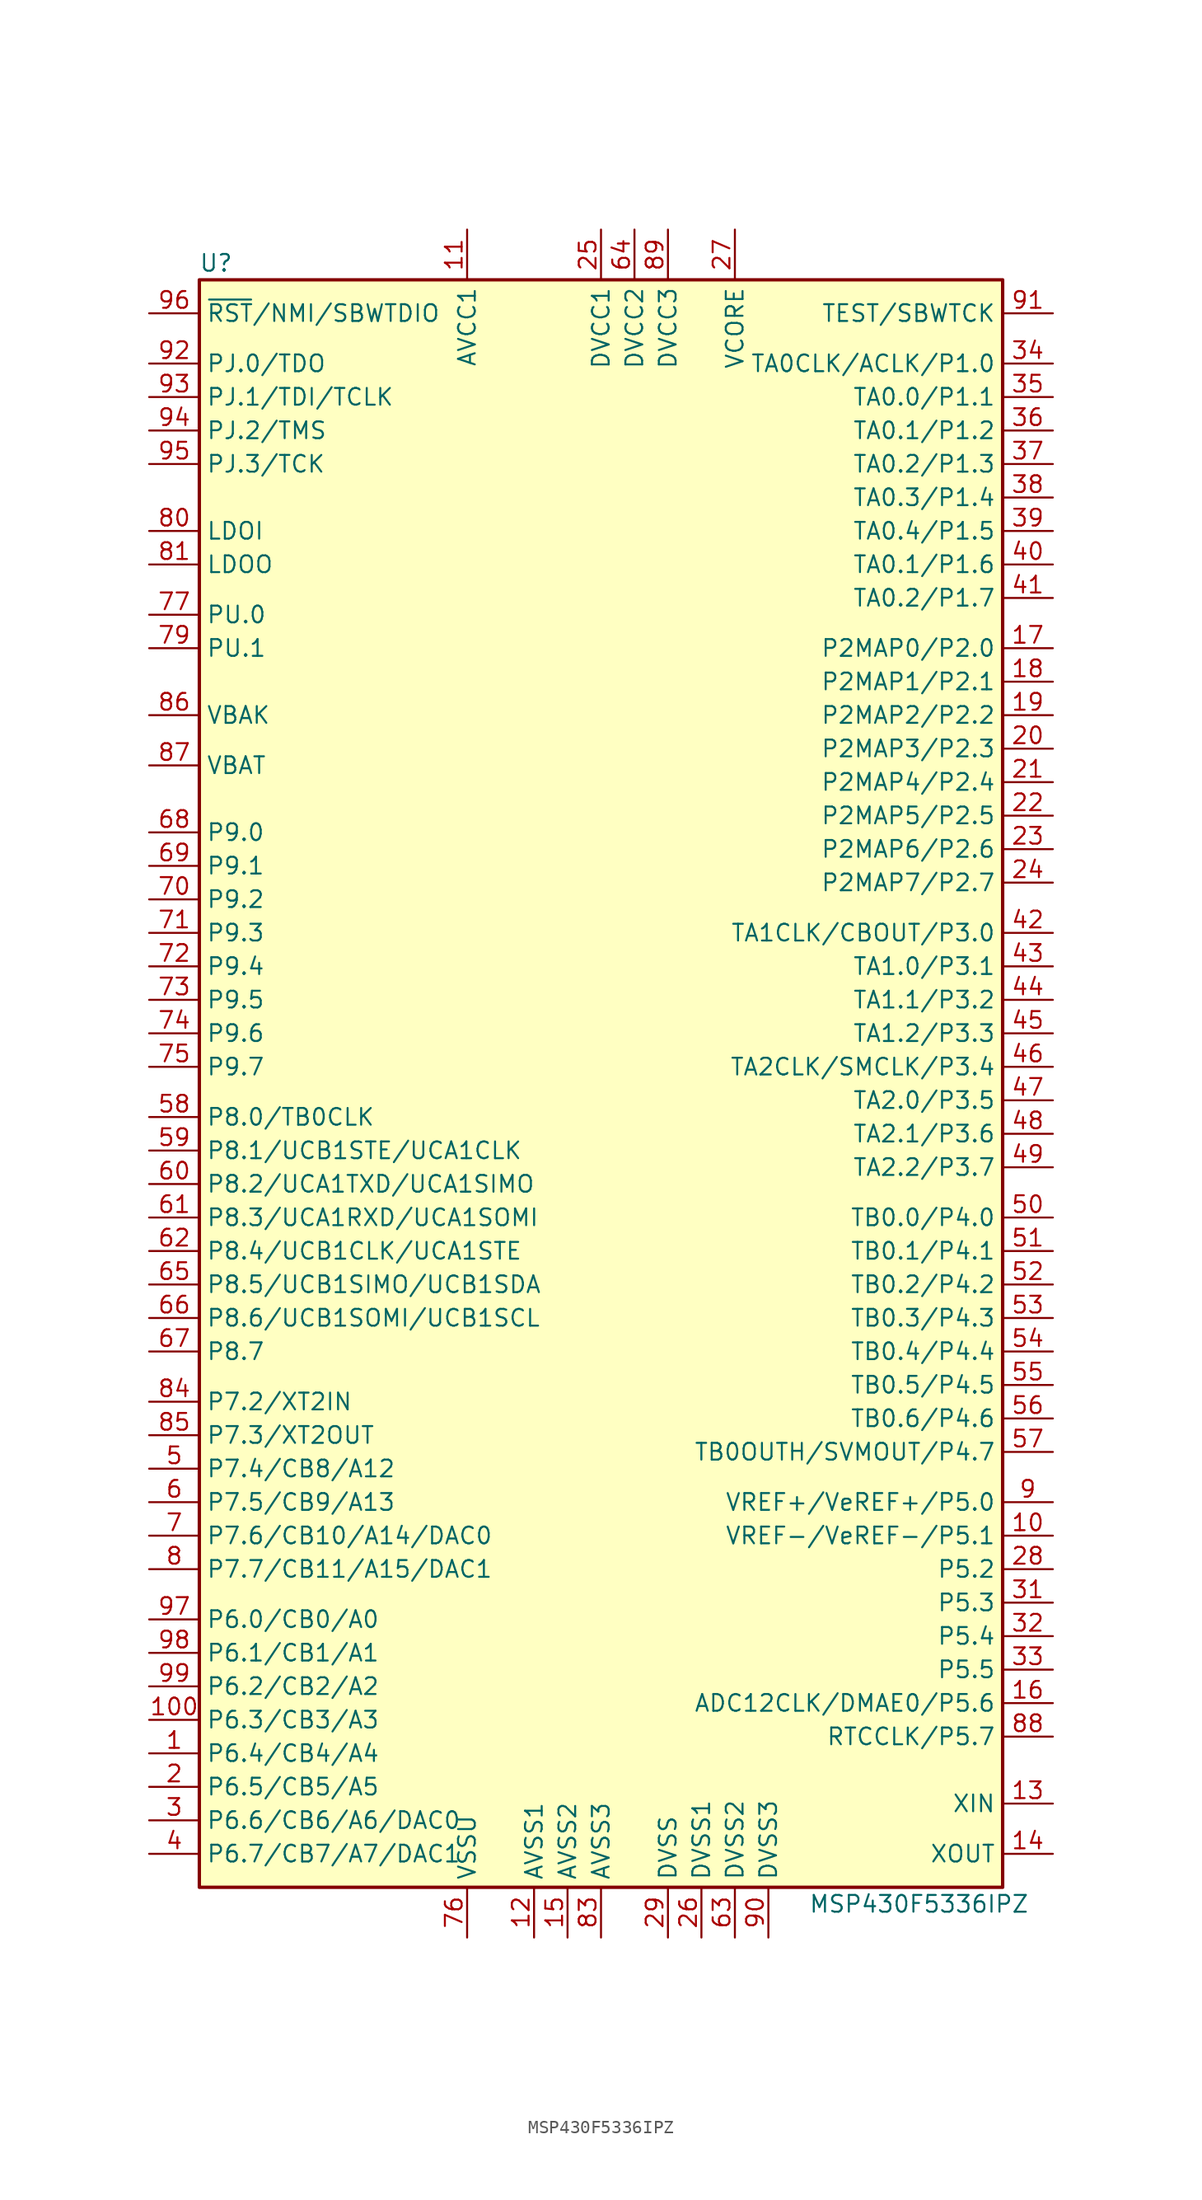
<source format=kicad_sym>
(kicad_symbol_lib
  (version 20201005)
  (generator kicad_symbol_editor)
  (symbol "MCU_Texas_MSP430:MSP430F5336IPZ"
    (property "Reference" "U"
      (at -29.21 60.96 0)
      (effects (font (size 1.27 1.27))))
    (property "Value" "MSP430F5336IPZ"
      (at 24.13 -63.5 0)
      (effects (font (size 1.27 1.27))))
    (symbol "MSP430F5336IPZ_0_1"
      (rectangle (start -30.48 59.69) (end 30.48 -62.23) (stroke (width 0.254)) (fill (type background))))
    (symbol "MSP430F5336IPZ_1_1"
      (pin bidirectional line (at -34.29 -52.07 0) (length 3.81) (name "P6.4/CB4/A4" (effects (font (size 1.27 1.27)))) (number "1" (effects (font (size 1.27 1.27)))))
      (pin bidirectional line (at 34.29 -35.56 180) (length 3.81) (name "VREF-/VeREF-/P5.1" (effects (font (size 1.27 1.27)))) (number "10" (effects (font (size 1.27 1.27)))))
      (pin bidirectional line (at -34.29 -49.53 0) (length 3.81) (name "P6.3/CB3/A3" (effects (font (size 1.27 1.27)))) (number "100" (effects (font (size 1.27 1.27)))))
      (pin power_in line (at -10.16 63.5 270) (length 3.81) (name "AVCC1" (effects (font (size 1.27 1.27)))) (number "11" (effects (font (size 1.27 1.27)))))
      (pin power_in line (at -5.08 -66.04 90) (length 3.81) (name "AVSS1" (effects (font (size 1.27 1.27)))) (number "12" (effects (font (size 1.27 1.27)))))
      (pin bidirectional line (at 34.29 -55.88 180) (length 3.81) (name "XIN" (effects (font (size 1.27 1.27)))) (number "13" (effects (font (size 1.27 1.27)))))
      (pin bidirectional line (at 34.29 -59.69 180) (length 3.81) (name "XOUT" (effects (font (size 1.27 1.27)))) (number "14" (effects (font (size 1.27 1.27)))))
      (pin power_in line (at -2.54 -66.04 90) (length 3.81) (name "AVSS2" (effects (font (size 1.27 1.27)))) (number "15" (effects (font (size 1.27 1.27)))))
      (pin bidirectional line (at 34.29 -48.26 180) (length 3.81) (name "ADC12CLK/DMAE0/P5.6" (effects (font (size 1.27 1.27)))) (number "16" (effects (font (size 1.27 1.27)))))
      (pin bidirectional line (at 34.29 31.75 180) (length 3.81) (name "P2MAP0/P2.0" (effects (font (size 1.27 1.27)))) (number "17" (effects (font (size 1.27 1.27)))))
      (pin bidirectional line (at 34.29 29.21 180) (length 3.81) (name "P2MAP1/P2.1" (effects (font (size 1.27 1.27)))) (number "18" (effects (font (size 1.27 1.27)))))
      (pin bidirectional line (at 34.29 26.67 180) (length 3.81) (name "P2MAP2/P2.2" (effects (font (size 1.27 1.27)))) (number "19" (effects (font (size 1.27 1.27)))))
      (pin bidirectional line (at -34.29 -54.61 0) (length 3.81) (name "P6.5/CB5/A5" (effects (font (size 1.27 1.27)))) (number "2" (effects (font (size 1.27 1.27)))))
      (pin bidirectional line (at 34.29 24.13 180) (length 3.81) (name "P2MAP3/P2.3" (effects (font (size 1.27 1.27)))) (number "20" (effects (font (size 1.27 1.27)))))
      (pin bidirectional line (at 34.29 21.59 180) (length 3.81) (name "P2MAP4/P2.4" (effects (font (size 1.27 1.27)))) (number "21" (effects (font (size 1.27 1.27)))))
      (pin bidirectional line (at 34.29 19.05 180) (length 3.81) (name "P2MAP5/P2.5" (effects (font (size 1.27 1.27)))) (number "22" (effects (font (size 1.27 1.27)))))
      (pin bidirectional line (at 34.29 16.51 180) (length 3.81) (name "P2MAP6/P2.6" (effects (font (size 1.27 1.27)))) (number "23" (effects (font (size 1.27 1.27)))))
      (pin bidirectional line (at 34.29 13.97 180) (length 3.81) (name "P2MAP7/P2.7" (effects (font (size 1.27 1.27)))) (number "24" (effects (font (size 1.27 1.27)))))
      (pin power_in line (at 0 63.5 270) (length 3.81) (name "DVCC1" (effects (font (size 1.27 1.27)))) (number "25" (effects (font (size 1.27 1.27)))))
      (pin power_in line (at 7.62 -66.04 90) (length 3.81) (name "DVSS1" (effects (font (size 1.27 1.27)))) (number "26" (effects (font (size 1.27 1.27)))))
      (pin bidirectional line (at 10.16 63.5 270) (length 3.81) (name "VCORE" (effects (font (size 1.27 1.27)))) (number "27" (effects (font (size 1.27 1.27)))))
      (pin bidirectional line (at 34.29 -38.1 180) (length 3.81) (name "P5.2" (effects (font (size 1.27 1.27)))) (number "28" (effects (font (size 1.27 1.27)))))
      (pin power_in line (at 5.08 -66.04 90) (length 3.81) (name "DVSS" (effects (font (size 1.27 1.27)))) (number "29" (effects (font (size 1.27 1.27)))))
      (pin bidirectional line (at -34.29 -57.15 0) (length 3.81) (name "P6.6/CB6/A6/DAC0" (effects (font (size 1.27 1.27)))) (number "3" (effects (font (size 1.27 1.27)))))
      (pin bidirectional line (at 34.29 -40.64 180) (length 3.81) (name "P5.3" (effects (font (size 1.27 1.27)))) (number "31" (effects (font (size 1.27 1.27)))))
      (pin bidirectional line (at 34.29 -43.18 180) (length 3.81) (name "P5.4" (effects (font (size 1.27 1.27)))) (number "32" (effects (font (size 1.27 1.27)))))
      (pin bidirectional line (at 34.29 -45.72 180) (length 3.81) (name "P5.5" (effects (font (size 1.27 1.27)))) (number "33" (effects (font (size 1.27 1.27)))))
      (pin bidirectional line (at 34.29 53.34 180) (length 3.81) (name "TA0CLK/ACLK/P1.0" (effects (font (size 1.27 1.27)))) (number "34" (effects (font (size 1.27 1.27)))))
      (pin bidirectional line (at 34.29 50.8 180) (length 3.81) (name "TA0.0/P1.1" (effects (font (size 1.27 1.27)))) (number "35" (effects (font (size 1.27 1.27)))))
      (pin bidirectional line (at 34.29 48.26 180) (length 3.81) (name "TA0.1/P1.2" (effects (font (size 1.27 1.27)))) (number "36" (effects (font (size 1.27 1.27)))))
      (pin bidirectional line (at 34.29 45.72 180) (length 3.81) (name "TA0.2/P1.3" (effects (font (size 1.27 1.27)))) (number "37" (effects (font (size 1.27 1.27)))))
      (pin bidirectional line (at 34.29 43.18 180) (length 3.81) (name "TA0.3/P1.4" (effects (font (size 1.27 1.27)))) (number "38" (effects (font (size 1.27 1.27)))))
      (pin bidirectional line (at 34.29 40.64 180) (length 3.81) (name "TA0.4/P1.5" (effects (font (size 1.27 1.27)))) (number "39" (effects (font (size 1.27 1.27)))))
      (pin bidirectional line (at -34.29 -59.69 0) (length 3.81) (name "P6.7/CB7/A7/DAC1" (effects (font (size 1.27 1.27)))) (number "4" (effects (font (size 1.27 1.27)))))
      (pin bidirectional line (at 34.29 38.1 180) (length 3.81) (name "TA0.1/P1.6" (effects (font (size 1.27 1.27)))) (number "40" (effects (font (size 1.27 1.27)))))
      (pin bidirectional line (at 34.29 35.56 180) (length 3.81) (name "TA0.2/P1.7" (effects (font (size 1.27 1.27)))) (number "41" (effects (font (size 1.27 1.27)))))
      (pin bidirectional line (at 34.29 10.16 180) (length 3.81) (name "TA1CLK/CBOUT/P3.0" (effects (font (size 1.27 1.27)))) (number "42" (effects (font (size 1.27 1.27)))))
      (pin bidirectional line (at 34.29 7.62 180) (length 3.81) (name "TA1.0/P3.1" (effects (font (size 1.27 1.27)))) (number "43" (effects (font (size 1.27 1.27)))))
      (pin bidirectional line (at 34.29 5.08 180) (length 3.81) (name "TA1.1/P3.2" (effects (font (size 1.27 1.27)))) (number "44" (effects (font (size 1.27 1.27)))))
      (pin bidirectional line (at 34.29 2.54 180) (length 3.81) (name "TA1.2/P3.3" (effects (font (size 1.27 1.27)))) (number "45" (effects (font (size 1.27 1.27)))))
      (pin bidirectional line (at 34.29 0 180) (length 3.81) (name "TA2CLK/SMCLK/P3.4" (effects (font (size 1.27 1.27)))) (number "46" (effects (font (size 1.27 1.27)))))
      (pin bidirectional line (at 34.29 -2.54 180) (length 3.81) (name "TA2.0/P3.5" (effects (font (size 1.27 1.27)))) (number "47" (effects (font (size 1.27 1.27)))))
      (pin bidirectional line (at 34.29 -5.08 180) (length 3.81) (name "TA2.1/P3.6" (effects (font (size 1.27 1.27)))) (number "48" (effects (font (size 1.27 1.27)))))
      (pin bidirectional line (at 34.29 -7.62 180) (length 3.81) (name "TA2.2/P3.7" (effects (font (size 1.27 1.27)))) (number "49" (effects (font (size 1.27 1.27)))))
      (pin bidirectional line (at -34.29 -30.48 0) (length 3.81) (name "P7.4/CB8/A12" (effects (font (size 1.27 1.27)))) (number "5" (effects (font (size 1.27 1.27)))))
      (pin bidirectional line (at 34.29 -11.43 180) (length 3.81) (name "TB0.0/P4.0" (effects (font (size 1.27 1.27)))) (number "50" (effects (font (size 1.27 1.27)))))
      (pin bidirectional line (at 34.29 -13.97 180) (length 3.81) (name "TB0.1/P4.1" (effects (font (size 1.27 1.27)))) (number "51" (effects (font (size 1.27 1.27)))))
      (pin bidirectional line (at 34.29 -16.51 180) (length 3.81) (name "TB0.2/P4.2" (effects (font (size 1.27 1.27)))) (number "52" (effects (font (size 1.27 1.27)))))
      (pin bidirectional line (at 34.29 -19.05 180) (length 3.81) (name "TB0.3/P4.3" (effects (font (size 1.27 1.27)))) (number "53" (effects (font (size 1.27 1.27)))))
      (pin bidirectional line (at 34.29 -21.59 180) (length 3.81) (name "TB0.4/P4.4" (effects (font (size 1.27 1.27)))) (number "54" (effects (font (size 1.27 1.27)))))
      (pin bidirectional line (at 34.29 -24.13 180) (length 3.81) (name "TB0.5/P4.5" (effects (font (size 1.27 1.27)))) (number "55" (effects (font (size 1.27 1.27)))))
      (pin bidirectional line (at 34.29 -26.67 180) (length 3.81) (name "TB0.6/P4.6" (effects (font (size 1.27 1.27)))) (number "56" (effects (font (size 1.27 1.27)))))
      (pin bidirectional line (at 34.29 -29.21 180) (length 3.81) (name "TB0OUTH/SVMOUT/P4.7" (effects (font (size 1.27 1.27)))) (number "57" (effects (font (size 1.27 1.27)))))
      (pin bidirectional line (at -34.29 -3.81 0) (length 3.81) (name "P8.0/TB0CLK" (effects (font (size 1.27 1.27)))) (number "58" (effects (font (size 1.27 1.27)))))
      (pin bidirectional line (at -34.29 -6.35 0) (length 3.81) (name "P8.1/UCB1STE/UCA1CLK" (effects (font (size 1.27 1.27)))) (number "59" (effects (font (size 1.27 1.27)))))
      (pin bidirectional line (at -34.29 -33.02 0) (length 3.81) (name "P7.5/CB9/A13" (effects (font (size 1.27 1.27)))) (number "6" (effects (font (size 1.27 1.27)))))
      (pin bidirectional line (at -34.29 -8.89 0) (length 3.81) (name "P8.2/UCA1TXD/UCA1SIMO" (effects (font (size 1.27 1.27)))) (number "60" (effects (font (size 1.27 1.27)))))
      (pin bidirectional line (at -34.29 -11.43 0) (length 3.81) (name "P8.3/UCA1RXD/UCA1SOMI" (effects (font (size 1.27 1.27)))) (number "61" (effects (font (size 1.27 1.27)))))
      (pin bidirectional line (at -34.29 -13.97 0) (length 3.81) (name "P8.4/UCB1CLK/UCA1STE" (effects (font (size 1.27 1.27)))) (number "62" (effects (font (size 1.27 1.27)))))
      (pin power_in line (at 10.16 -66.04 90) (length 3.81) (name "DVSS2" (effects (font (size 1.27 1.27)))) (number "63" (effects (font (size 1.27 1.27)))))
      (pin power_in line (at 2.54 63.5 270) (length 3.81) (name "DVCC2" (effects (font (size 1.27 1.27)))) (number "64" (effects (font (size 1.27 1.27)))))
      (pin bidirectional line (at -34.29 -16.51 0) (length 3.81) (name "P8.5/UCB1SIMO/UCB1SDA" (effects (font (size 1.27 1.27)))) (number "65" (effects (font (size 1.27 1.27)))))
      (pin bidirectional line (at -34.29 -19.05 0) (length 3.81) (name "P8.6/UCB1SOMI/UCB1SCL" (effects (font (size 1.27 1.27)))) (number "66" (effects (font (size 1.27 1.27)))))
      (pin bidirectional line (at -34.29 -21.59 0) (length 3.81) (name "P8.7" (effects (font (size 1.27 1.27)))) (number "67" (effects (font (size 1.27 1.27)))))
      (pin bidirectional line (at -34.29 17.78 0) (length 3.81) (name "P9.0" (effects (font (size 1.27 1.27)))) (number "68" (effects (font (size 1.27 1.27)))))
      (pin bidirectional line (at -34.29 15.24 0) (length 3.81) (name "P9.1" (effects (font (size 1.27 1.27)))) (number "69" (effects (font (size 1.27 1.27)))))
      (pin bidirectional line (at -34.29 -35.56 0) (length 3.81) (name "P7.6/CB10/A14/DAC0" (effects (font (size 1.27 1.27)))) (number "7" (effects (font (size 1.27 1.27)))))
      (pin bidirectional line (at -34.29 12.7 0) (length 3.81) (name "P9.2" (effects (font (size 1.27 1.27)))) (number "70" (effects (font (size 1.27 1.27)))))
      (pin bidirectional line (at -34.29 10.16 0) (length 3.81) (name "P9.3" (effects (font (size 1.27 1.27)))) (number "71" (effects (font (size 1.27 1.27)))))
      (pin bidirectional line (at -34.29 7.62 0) (length 3.81) (name "P9.4" (effects (font (size 1.27 1.27)))) (number "72" (effects (font (size 1.27 1.27)))))
      (pin bidirectional line (at -34.29 5.08 0) (length 3.81) (name "P9.5" (effects (font (size 1.27 1.27)))) (number "73" (effects (font (size 1.27 1.27)))))
      (pin bidirectional line (at -34.29 2.54 0) (length 3.81) (name "P9.6" (effects (font (size 1.27 1.27)))) (number "74" (effects (font (size 1.27 1.27)))))
      (pin bidirectional line (at -34.29 0 0) (length 3.81) (name "P9.7" (effects (font (size 1.27 1.27)))) (number "75" (effects (font (size 1.27 1.27)))))
      (pin power_in line (at -10.16 -66.04 90) (length 3.81) (name "VSSU" (effects (font (size 1.27 1.27)))) (number "76" (effects (font (size 1.27 1.27)))))
      (pin bidirectional line (at -34.29 34.29 0) (length 3.81) (name "PU.0" (effects (font (size 1.27 1.27)))) (number "77" (effects (font (size 1.27 1.27)))))
      (pin bidirectional line (at -34.29 31.75 0) (length 3.81) (name "PU.1" (effects (font (size 1.27 1.27)))) (number "79" (effects (font (size 1.27 1.27)))))
      (pin bidirectional line (at -34.29 -38.1 0) (length 3.81) (name "P7.7/CB11/A15/DAC1" (effects (font (size 1.27 1.27)))) (number "8" (effects (font (size 1.27 1.27)))))
      (pin bidirectional line (at -34.29 40.64 0) (length 3.81) (name "LDOI" (effects (font (size 1.27 1.27)))) (number "80" (effects (font (size 1.27 1.27)))))
      (pin bidirectional line (at -34.29 38.1 0) (length 3.81) (name "LDOO" (effects (font (size 1.27 1.27)))) (number "81" (effects (font (size 1.27 1.27)))))
      (pin power_in line (at 0 -66.04 90) (length 3.81) (name "AVSS3" (effects (font (size 1.27 1.27)))) (number "83" (effects (font (size 1.27 1.27)))))
      (pin bidirectional line (at -34.29 -25.4 0) (length 3.81) (name "P7.2/XT2IN" (effects (font (size 1.27 1.27)))) (number "84" (effects (font (size 1.27 1.27)))))
      (pin bidirectional line (at -34.29 -27.94 0) (length 3.81) (name "P7.3/XT2OUT" (effects (font (size 1.27 1.27)))) (number "85" (effects (font (size 1.27 1.27)))))
      (pin bidirectional line (at -34.29 26.67 0) (length 3.81) (name "VBAK" (effects (font (size 1.27 1.27)))) (number "86" (effects (font (size 1.27 1.27)))))
      (pin bidirectional line (at -34.29 22.86 0) (length 3.81) (name "VBAT" (effects (font (size 1.27 1.27)))) (number "87" (effects (font (size 1.27 1.27)))))
      (pin bidirectional line (at 34.29 -50.8 180) (length 3.81) (name "RTCCLK/P5.7" (effects (font (size 1.27 1.27)))) (number "88" (effects (font (size 1.27 1.27)))))
      (pin power_in line (at 5.08 63.5 270) (length 3.81) (name "DVCC3" (effects (font (size 1.27 1.27)))) (number "89" (effects (font (size 1.27 1.27)))))
      (pin bidirectional line (at 34.29 -33.02 180) (length 3.81) (name "VREF+/VeREF+/P5.0" (effects (font (size 1.27 1.27)))) (number "9" (effects (font (size 1.27 1.27)))))
      (pin power_in line (at 12.7 -66.04 90) (length 3.81) (name "DVSS3" (effects (font (size 1.27 1.27)))) (number "90" (effects (font (size 1.27 1.27)))))
      (pin input line (at 34.29 57.15 180) (length 3.81) (name "TEST/SBWTCK" (effects (font (size 1.27 1.27)))) (number "91" (effects (font (size 1.27 1.27)))))
      (pin bidirectional line (at -34.29 53.34 0) (length 3.81) (name "PJ.0/TDO" (effects (font (size 1.27 1.27)))) (number "92" (effects (font (size 1.27 1.27)))))
      (pin bidirectional line (at -34.29 50.8 0) (length 3.81) (name "PJ.1/TDI/TCLK" (effects (font (size 1.27 1.27)))) (number "93" (effects (font (size 1.27 1.27)))))
      (pin bidirectional line (at -34.29 48.26 0) (length 3.81) (name "PJ.2/TMS" (effects (font (size 1.27 1.27)))) (number "94" (effects (font (size 1.27 1.27)))))
      (pin bidirectional line (at -34.29 45.72 0) (length 3.81) (name "PJ.3/TCK" (effects (font (size 1.27 1.27)))) (number "95" (effects (font (size 1.27 1.27)))))
      (pin input line (at -34.29 57.15 0) (length 3.81) (name "~RST~/NMI/SBWTDIO" (effects (font (size 1.27 1.27)))) (number "96" (effects (font (size 1.27 1.27)))))
      (pin bidirectional line (at -34.29 -41.91 0) (length 3.81) (name "P6.0/CB0/A0" (effects (font (size 1.27 1.27)))) (number "97" (effects (font (size 1.27 1.27)))))
      (pin bidirectional line (at -34.29 -44.45 0) (length 3.81) (name "P6.1/CB1/A1" (effects (font (size 1.27 1.27)))) (number "98" (effects (font (size 1.27 1.27)))))
      (pin bidirectional line (at -34.29 -46.99 0) (length 3.81) (name "P6.2/CB2/A2" (effects (font (size 1.27 1.27)))) (number "99" (effects (font (size 1.27 1.27))))))))
</source>
